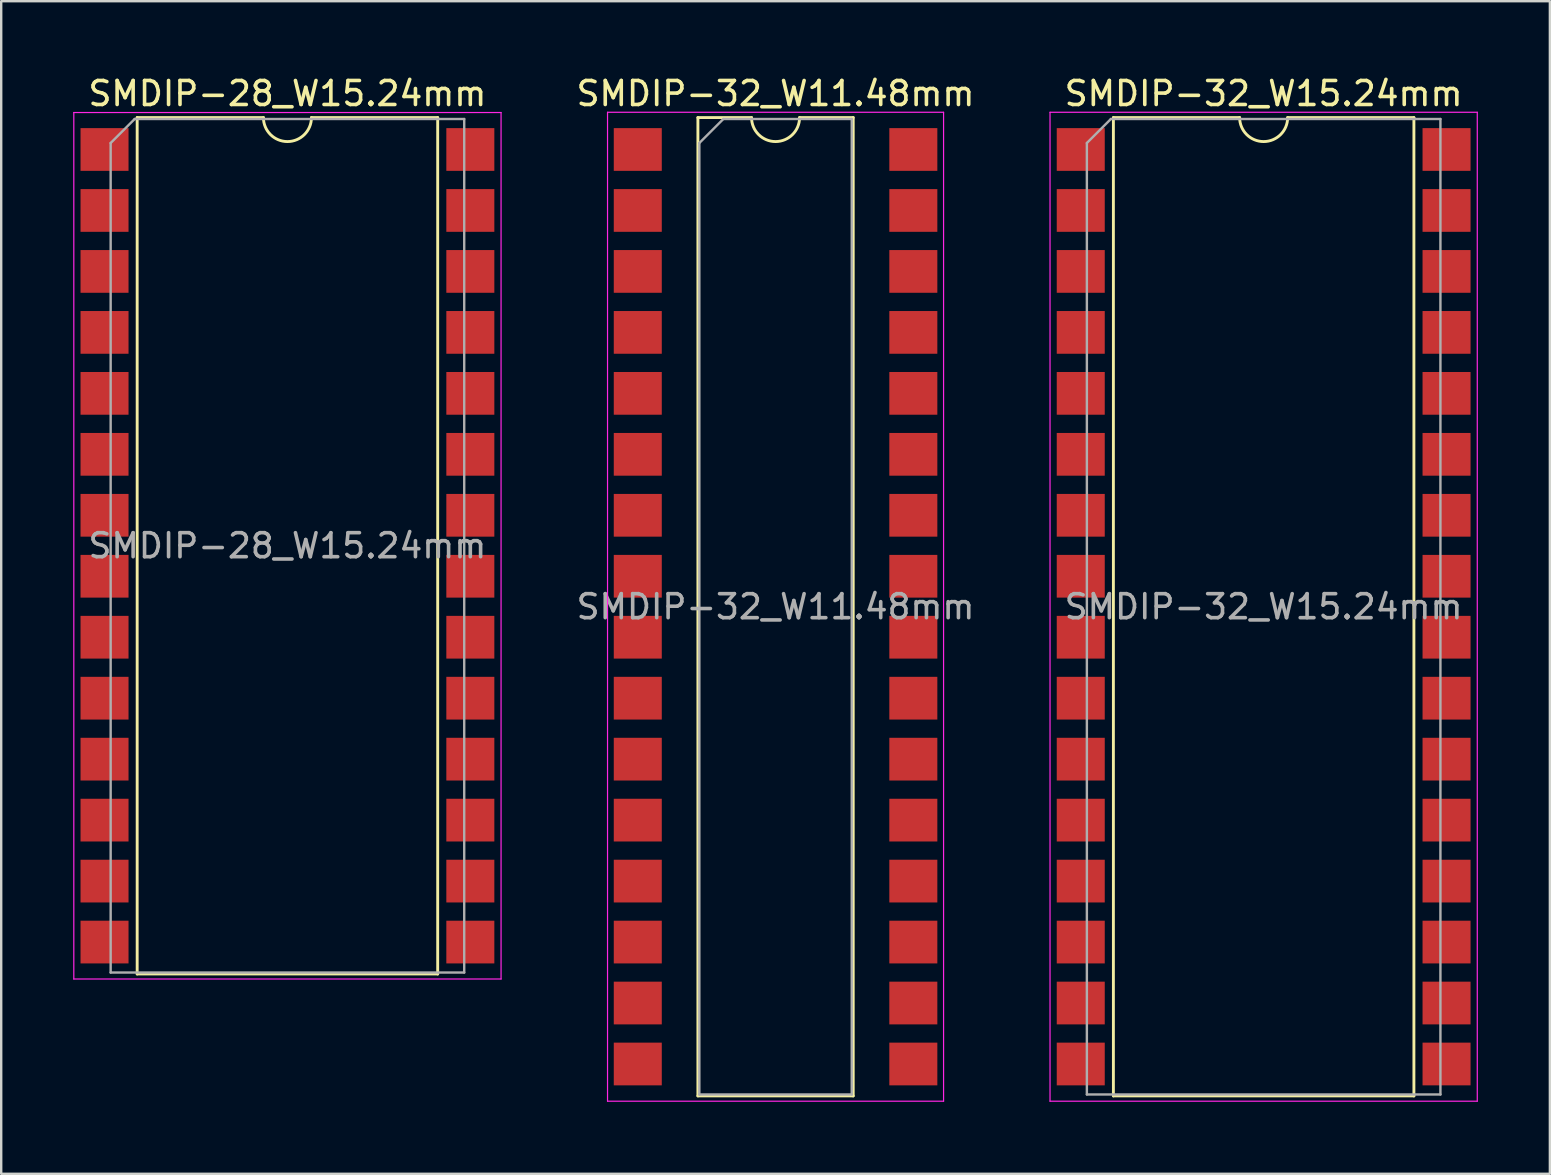
<source format=kicad_pcb>
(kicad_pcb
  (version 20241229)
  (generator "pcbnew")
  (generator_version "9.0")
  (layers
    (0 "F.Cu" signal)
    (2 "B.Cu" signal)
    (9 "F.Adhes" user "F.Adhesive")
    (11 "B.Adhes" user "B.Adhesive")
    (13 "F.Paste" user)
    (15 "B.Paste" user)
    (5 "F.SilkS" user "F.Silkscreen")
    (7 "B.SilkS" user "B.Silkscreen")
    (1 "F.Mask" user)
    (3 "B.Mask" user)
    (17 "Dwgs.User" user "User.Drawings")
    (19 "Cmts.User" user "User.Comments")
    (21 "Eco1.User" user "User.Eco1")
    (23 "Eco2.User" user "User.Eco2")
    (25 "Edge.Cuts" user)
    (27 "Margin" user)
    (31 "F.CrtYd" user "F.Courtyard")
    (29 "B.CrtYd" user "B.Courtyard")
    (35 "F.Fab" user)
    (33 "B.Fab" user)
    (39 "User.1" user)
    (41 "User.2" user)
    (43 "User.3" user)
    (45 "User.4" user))
  (footprint "SMDIP-32_W11.48mm"
    (layer "F.Cu")
    (at 29.261 22.228)
    (property "Reference" "SMDIP-32_W11.48mm" (at 0 -21.38 0) (layer "F.SilkS") (effects (font (size 1 1) (thickness 0.15))))
    (attr smd)
    (fp_line (start -3.235 -20.38) (end -3.235 20.38) (stroke (width 0.12) (type solid)) (layer "F.SilkS"))
    (fp_line (start -3.235 20.38) (end 3.235 20.38) (stroke (width 0.12) (type solid)) (layer "F.SilkS"))
    (fp_line (start -1 -20.38) (end -3.235 -20.38) (stroke (width 0.12) (type solid)) (layer "F.SilkS"))
    (fp_line (start 3.235 -20.38) (end 1 -20.38) (stroke (width 0.12) (type solid)) (layer "F.SilkS"))
    (fp_line (start 3.235 20.38) (end 3.235 -20.38) (stroke (width 0.12) (type solid)) (layer "F.SilkS"))
    (fp_arc (start 1 -20.38) (mid 0 -19.38) (end -1 -20.38) (stroke (width 0.12) (type solid)) (layer "F.SilkS"))
    (fp_line (start -7 -20.6) (end -7 20.6) (stroke (width 0.05) (type solid)) (layer "F.CrtYd"))
    (fp_line (start -7 20.6) (end 7 20.6) (stroke (width 0.05) (type solid)) (layer "F.CrtYd"))
    (fp_line (start 7 -20.6) (end -7 -20.6) (stroke (width 0.05) (type solid)) (layer "F.CrtYd"))
    (fp_line (start 7 20.6) (end 7 -20.6) (stroke (width 0.05) (type solid)) (layer "F.CrtYd"))
    (fp_line (start -3.175 -19.32) (end -2.175 -20.32) (stroke (width 0.1) (type solid)) (layer "F.Fab"))
    (fp_line (start -3.175 20.32) (end -3.175 -19.32) (stroke (width 0.1) (type solid)) (layer "F.Fab"))
    (fp_line (start -2.175 -20.32) (end 3.175 -20.32) (stroke (width 0.1) (type solid)) (layer "F.Fab"))
    (fp_line (start 3.175 -20.32) (end 3.175 20.32) (stroke (width 0.1) (type solid)) (layer "F.Fab"))
    (fp_line (start 3.175 20.32) (end -3.175 20.32) (stroke (width 0.1) (type solid)) (layer "F.Fab"))
    (fp_text user "${REFERENCE}" (at 0 0 0) (layer "F.Fab") (effects (font (size 1 1) (thickness 0.15))))
    (pad "1" smd rect (at -5.74 -19.05) (size 2 1.78) (layers "F.Cu" "F.Mask" "F.Paste"))
    (pad "2" smd rect (at -5.74 -16.51) (size 2 1.78) (layers "F.Cu" "F.Mask" "F.Paste"))
    (pad "3" smd rect (at -5.74 -13.97) (size 2 1.78) (layers "F.Cu" "F.Mask" "F.Paste"))
    (pad "4" smd rect (at -5.74 -11.43) (size 2 1.78) (layers "F.Cu" "F.Mask" "F.Paste"))
    (pad "5" smd rect (at -5.74 -8.89) (size 2 1.78) (layers "F.Cu" "F.Mask" "F.Paste"))
    (pad "6" smd rect (at -5.74 -6.35) (size 2 1.78) (layers "F.Cu" "F.Mask" "F.Paste"))
    (pad "7" smd rect (at -5.74 -3.81) (size 2 1.78) (layers "F.Cu" "F.Mask" "F.Paste"))
    (pad "8" smd rect (at -5.74 -1.27) (size 2 1.78) (layers "F.Cu" "F.Mask" "F.Paste"))
    (pad "9" smd rect (at -5.74 1.27) (size 2 1.78) (layers "F.Cu" "F.Mask" "F.Paste"))
    (pad "10" smd rect (at -5.74 3.81) (size 2 1.78) (layers "F.Cu" "F.Mask" "F.Paste"))
    (pad "11" smd rect (at -5.74 6.35) (size 2 1.78) (layers "F.Cu" "F.Mask" "F.Paste"))
    (pad "12" smd rect (at -5.74 8.89) (size 2 1.78) (layers "F.Cu" "F.Mask" "F.Paste"))
    (pad "13" smd rect (at -5.74 11.43) (size 2 1.78) (layers "F.Cu" "F.Mask" "F.Paste"))
    (pad "14" smd rect (at -5.74 13.97) (size 2 1.78) (layers "F.Cu" "F.Mask" "F.Paste"))
    (pad "15" smd rect (at -5.74 16.51) (size 2 1.78) (layers "F.Cu" "F.Mask" "F.Paste"))
    (pad "16" smd rect (at -5.74 19.05) (size 2 1.78) (layers "F.Cu" "F.Mask" "F.Paste"))
    (pad "17" smd rect (at 5.74 19.05) (size 2 1.78) (layers "F.Cu" "F.Mask" "F.Paste"))
    (pad "18" smd rect (at 5.74 16.51) (size 2 1.78) (layers "F.Cu" "F.Mask" "F.Paste"))
    (pad "19" smd rect (at 5.74 13.97) (size 2 1.78) (layers "F.Cu" "F.Mask" "F.Paste"))
    (pad "20" smd rect (at 5.74 11.43) (size 2 1.78) (layers "F.Cu" "F.Mask" "F.Paste"))
    (pad "21" smd rect (at 5.74 8.89) (size 2 1.78) (layers "F.Cu" "F.Mask" "F.Paste"))
    (pad "22" smd rect (at 5.74 6.35) (size 2 1.78) (layers "F.Cu" "F.Mask" "F.Paste"))
    (pad "23" smd rect (at 5.74 3.81) (size 2 1.78) (layers "F.Cu" "F.Mask" "F.Paste"))
    (pad "24" smd rect (at 5.74 1.27) (size 2 1.78) (layers "F.Cu" "F.Mask" "F.Paste"))
    (pad "25" smd rect (at 5.74 -1.27) (size 2 1.78) (layers "F.Cu" "F.Mask" "F.Paste"))
    (pad "26" smd rect (at 5.74 -3.81) (size 2 1.78) (layers "F.Cu" "F.Mask" "F.Paste"))
    (pad "27" smd rect (at 5.74 -6.35) (size 2 1.78) (layers "F.Cu" "F.Mask" "F.Paste"))
    (pad "28" smd rect (at 5.74 -8.89) (size 2 1.78) (layers "F.Cu" "F.Mask" "F.Paste"))
    (pad "29" smd rect (at 5.74 -11.43) (size 2 1.78) (layers "F.Cu" "F.Mask" "F.Paste"))
    (pad "30" smd rect (at 5.74 -13.97) (size 2 1.78) (layers "F.Cu" "F.Mask" "F.Paste"))
    (pad "31" smd rect (at 5.74 -16.51) (size 2 1.78) (layers "F.Cu" "F.Mask" "F.Paste"))
    (pad "32" smd rect (at 5.74 -19.05) (size 2 1.78) (layers "F.Cu" "F.Mask" "F.Paste")))
  (footprint "SMDIP-32_W15.24mm"
    (layer "F.Cu")
    (at 49.596 22.228)
    (property "Reference" "SMDIP-32_W15.24mm" (at 0 -21.38 0) (layer "F.SilkS") (effects (font (size 1 1) (thickness 0.15))))
    (attr smd)
    (fp_line (start -6.26 -20.38) (end -6.26 20.38) (stroke (width 0.12) (type solid)) (layer "F.SilkS"))
    (fp_line (start -6.26 20.38) (end 6.26 20.38) (stroke (width 0.12) (type solid)) (layer "F.SilkS"))
    (fp_line (start -1 -20.38) (end -6.26 -20.38) (stroke (width 0.12) (type solid)) (layer "F.SilkS"))
    (fp_line (start 6.26 -20.38) (end 1 -20.38) (stroke (width 0.12) (type solid)) (layer "F.SilkS"))
    (fp_line (start 6.26 20.38) (end 6.26 -20.38) (stroke (width 0.12) (type solid)) (layer "F.SilkS"))
    (fp_arc (start 1 -20.38) (mid 0 -19.38) (end -1 -20.38) (stroke (width 0.12) (type solid)) (layer "F.SilkS"))
    (fp_line (start -8.9 -20.6) (end -8.9 20.6) (stroke (width 0.05) (type solid)) (layer "F.CrtYd"))
    (fp_line (start -8.9 20.6) (end 8.9 20.6) (stroke (width 0.05) (type solid)) (layer "F.CrtYd"))
    (fp_line (start 8.9 -20.6) (end -8.9 -20.6) (stroke (width 0.05) (type solid)) (layer "F.CrtYd"))
    (fp_line (start 8.9 20.6) (end 8.9 -20.6) (stroke (width 0.05) (type solid)) (layer "F.CrtYd"))
    (fp_line (start -7.365 -19.32) (end -6.365 -20.32) (stroke (width 0.1) (type solid)) (layer "F.Fab"))
    (fp_line (start -7.365 20.32) (end -7.365 -19.32) (stroke (width 0.1) (type solid)) (layer "F.Fab"))
    (fp_line (start -6.365 -20.32) (end 7.365 -20.32) (stroke (width 0.1) (type solid)) (layer "F.Fab"))
    (fp_line (start 7.365 -20.32) (end 7.365 20.32) (stroke (width 0.1) (type solid)) (layer "F.Fab"))
    (fp_line (start 7.365 20.32) (end -7.365 20.32) (stroke (width 0.1) (type solid)) (layer "F.Fab"))
    (fp_text user "${REFERENCE}" (at 0 0 0) (layer "F.Fab") (effects (font (size 1 1) (thickness 0.15))))
    (pad "1" smd rect (at -7.62 -19.05) (size 2 1.78) (layers "F.Cu" "F.Mask" "F.Paste"))
    (pad "2" smd rect (at -7.62 -16.51) (size 2 1.78) (layers "F.Cu" "F.Mask" "F.Paste"))
    (pad "3" smd rect (at -7.62 -13.97) (size 2 1.78) (layers "F.Cu" "F.Mask" "F.Paste"))
    (pad "4" smd rect (at -7.62 -11.43) (size 2 1.78) (layers "F.Cu" "F.Mask" "F.Paste"))
    (pad "5" smd rect (at -7.62 -8.89) (size 2 1.78) (layers "F.Cu" "F.Mask" "F.Paste"))
    (pad "6" smd rect (at -7.62 -6.35) (size 2 1.78) (layers "F.Cu" "F.Mask" "F.Paste"))
    (pad "7" smd rect (at -7.62 -3.81) (size 2 1.78) (layers "F.Cu" "F.Mask" "F.Paste"))
    (pad "8" smd rect (at -7.62 -1.27) (size 2 1.78) (layers "F.Cu" "F.Mask" "F.Paste"))
    (pad "9" smd rect (at -7.62 1.27) (size 2 1.78) (layers "F.Cu" "F.Mask" "F.Paste"))
    (pad "10" smd rect (at -7.62 3.81) (size 2 1.78) (layers "F.Cu" "F.Mask" "F.Paste"))
    (pad "11" smd rect (at -7.62 6.35) (size 2 1.78) (layers "F.Cu" "F.Mask" "F.Paste"))
    (pad "12" smd rect (at -7.62 8.89) (size 2 1.78) (layers "F.Cu" "F.Mask" "F.Paste"))
    (pad "13" smd rect (at -7.62 11.43) (size 2 1.78) (layers "F.Cu" "F.Mask" "F.Paste"))
    (pad "14" smd rect (at -7.62 13.97) (size 2 1.78) (layers "F.Cu" "F.Mask" "F.Paste"))
    (pad "15" smd rect (at -7.62 16.51) (size 2 1.78) (layers "F.Cu" "F.Mask" "F.Paste"))
    (pad "16" smd rect (at -7.62 19.05) (size 2 1.78) (layers "F.Cu" "F.Mask" "F.Paste"))
    (pad "17" smd rect (at 7.62 19.05) (size 2 1.78) (layers "F.Cu" "F.Mask" "F.Paste"))
    (pad "18" smd rect (at 7.62 16.51) (size 2 1.78) (layers "F.Cu" "F.Mask" "F.Paste"))
    (pad "19" smd rect (at 7.62 13.97) (size 2 1.78) (layers "F.Cu" "F.Mask" "F.Paste"))
    (pad "20" smd rect (at 7.62 11.43) (size 2 1.78) (layers "F.Cu" "F.Mask" "F.Paste"))
    (pad "21" smd rect (at 7.62 8.89) (size 2 1.78) (layers "F.Cu" "F.Mask" "F.Paste"))
    (pad "22" smd rect (at 7.62 6.35) (size 2 1.78) (layers "F.Cu" "F.Mask" "F.Paste"))
    (pad "23" smd rect (at 7.62 3.81) (size 2 1.78) (layers "F.Cu" "F.Mask" "F.Paste"))
    (pad "24" smd rect (at 7.62 1.27) (size 2 1.78) (layers "F.Cu" "F.Mask" "F.Paste"))
    (pad "25" smd rect (at 7.62 -1.27) (size 2 1.78) (layers "F.Cu" "F.Mask" "F.Paste"))
    (pad "26" smd rect (at 7.62 -3.81) (size 2 1.78) (layers "F.Cu" "F.Mask" "F.Paste"))
    (pad "27" smd rect (at 7.62 -6.35) (size 2 1.78) (layers "F.Cu" "F.Mask" "F.Paste"))
    (pad "28" smd rect (at 7.62 -8.89) (size 2 1.78) (layers "F.Cu" "F.Mask" "F.Paste"))
    (pad "29" smd rect (at 7.62 -11.43) (size 2 1.78) (layers "F.Cu" "F.Mask" "F.Paste"))
    (pad "30" smd rect (at 7.62 -13.97) (size 2 1.78) (layers "F.Cu" "F.Mask" "F.Paste"))
    (pad "31" smd rect (at 7.62 -16.51) (size 2 1.78) (layers "F.Cu" "F.Mask" "F.Paste"))
    (pad "32" smd rect (at 7.62 -19.05) (size 2 1.78) (layers "F.Cu" "F.Mask" "F.Paste")))
  (footprint "SMDIP-28_W15.24mm"
    (layer "F.Cu")
    (at 8.925 19.688)
    (property "Reference" "SMDIP-28_W15.24mm" (at 0 -18.84 0) (layer "F.SilkS") (effects (font (size 1 1) (thickness 0.15))))
    (attr smd)
    (fp_line (start -6.26 -17.84) (end -6.26 17.84) (stroke (width 0.12) (type solid)) (layer "F.SilkS"))
    (fp_line (start -6.26 17.84) (end 6.26 17.84) (stroke (width 0.12) (type solid)) (layer "F.SilkS"))
    (fp_line (start -1 -17.84) (end -6.26 -17.84) (stroke (width 0.12) (type solid)) (layer "F.SilkS"))
    (fp_line (start 6.26 -17.84) (end 1 -17.84) (stroke (width 0.12) (type solid)) (layer "F.SilkS"))
    (fp_line (start 6.26 17.84) (end 6.26 -17.84) (stroke (width 0.12) (type solid)) (layer "F.SilkS"))
    (fp_arc (start 1 -17.84) (mid 0 -16.84) (end -1 -17.84) (stroke (width 0.12) (type solid)) (layer "F.SilkS"))
    (fp_line (start -8.9 -18.05) (end -8.9 18.05) (stroke (width 0.05) (type solid)) (layer "F.CrtYd"))
    (fp_line (start -8.9 18.05) (end 8.9 18.05) (stroke (width 0.05) (type solid)) (layer "F.CrtYd"))
    (fp_line (start 8.9 -18.05) (end -8.9 -18.05) (stroke (width 0.05) (type solid)) (layer "F.CrtYd"))
    (fp_line (start 8.9 18.05) (end 8.9 -18.05) (stroke (width 0.05) (type solid)) (layer "F.CrtYd"))
    (fp_line (start -7.365 -16.78) (end -6.365 -17.78) (stroke (width 0.1) (type solid)) (layer "F.Fab"))
    (fp_line (start -7.365 17.78) (end -7.365 -16.78) (stroke (width 0.1) (type solid)) (layer "F.Fab"))
    (fp_line (start -6.365 -17.78) (end 7.365 -17.78) (stroke (width 0.1) (type solid)) (layer "F.Fab"))
    (fp_line (start 7.365 -17.78) (end 7.365 17.78) (stroke (width 0.1) (type solid)) (layer "F.Fab"))
    (fp_line (start 7.365 17.78) (end -7.365 17.78) (stroke (width 0.1) (type solid)) (layer "F.Fab"))
    (fp_text user "${REFERENCE}" (at 0 0 0) (layer "F.Fab") (effects (font (size 1 1) (thickness 0.15))))
    (pad "1" smd rect (at -7.62 -16.51) (size 2 1.78) (layers "F.Cu" "F.Mask" "F.Paste"))
    (pad "2" smd rect (at -7.62 -13.97) (size 2 1.78) (layers "F.Cu" "F.Mask" "F.Paste"))
    (pad "3" smd rect (at -7.62 -11.43) (size 2 1.78) (layers "F.Cu" "F.Mask" "F.Paste"))
    (pad "4" smd rect (at -7.62 -8.89) (size 2 1.78) (layers "F.Cu" "F.Mask" "F.Paste"))
    (pad "5" smd rect (at -7.62 -6.35) (size 2 1.78) (layers "F.Cu" "F.Mask" "F.Paste"))
    (pad "6" smd rect (at -7.62 -3.81) (size 2 1.78) (layers "F.Cu" "F.Mask" "F.Paste"))
    (pad "7" smd rect (at -7.62 -1.27) (size 2 1.78) (layers "F.Cu" "F.Mask" "F.Paste"))
    (pad "8" smd rect (at -7.62 1.27) (size 2 1.78) (layers "F.Cu" "F.Mask" "F.Paste"))
    (pad "9" smd rect (at -7.62 3.81) (size 2 1.78) (layers "F.Cu" "F.Mask" "F.Paste"))
    (pad "10" smd rect (at -7.62 6.35) (size 2 1.78) (layers "F.Cu" "F.Mask" "F.Paste"))
    (pad "11" smd rect (at -7.62 8.89) (size 2 1.78) (layers "F.Cu" "F.Mask" "F.Paste"))
    (pad "12" smd rect (at -7.62 11.43) (size 2 1.78) (layers "F.Cu" "F.Mask" "F.Paste"))
    (pad "13" smd rect (at -7.62 13.97) (size 2 1.78) (layers "F.Cu" "F.Mask" "F.Paste"))
    (pad "14" smd rect (at -7.62 16.51) (size 2 1.78) (layers "F.Cu" "F.Mask" "F.Paste"))
    (pad "15" smd rect (at 7.62 16.51) (size 2 1.78) (layers "F.Cu" "F.Mask" "F.Paste"))
    (pad "16" smd rect (at 7.62 13.97) (size 2 1.78) (layers "F.Cu" "F.Mask" "F.Paste"))
    (pad "17" smd rect (at 7.62 11.43) (size 2 1.78) (layers "F.Cu" "F.Mask" "F.Paste"))
    (pad "18" smd rect (at 7.62 8.89) (size 2 1.78) (layers "F.Cu" "F.Mask" "F.Paste"))
    (pad "19" smd rect (at 7.62 6.35) (size 2 1.78) (layers "F.Cu" "F.Mask" "F.Paste"))
    (pad "20" smd rect (at 7.62 3.81) (size 2 1.78) (layers "F.Cu" "F.Mask" "F.Paste"))
    (pad "21" smd rect (at 7.62 1.27) (size 2 1.78) (layers "F.Cu" "F.Mask" "F.Paste"))
    (pad "22" smd rect (at 7.62 -1.27) (size 2 1.78) (layers "F.Cu" "F.Mask" "F.Paste"))
    (pad "23" smd rect (at 7.62 -3.81) (size 2 1.78) (layers "F.Cu" "F.Mask" "F.Paste"))
    (pad "24" smd rect (at 7.62 -6.35) (size 2 1.78) (layers "F.Cu" "F.Mask" "F.Paste"))
    (pad "25" smd rect (at 7.62 -8.89) (size 2 1.78) (layers "F.Cu" "F.Mask" "F.Paste"))
    (pad "26" smd rect (at 7.62 -11.43) (size 2 1.78) (layers "F.Cu" "F.Mask" "F.Paste"))
    (pad "27" smd rect (at 7.62 -13.97) (size 2 1.78) (layers "F.Cu" "F.Mask" "F.Paste"))
    (pad "28" smd rect (at 7.62 -16.51) (size 2 1.78) (layers "F.Cu" "F.Mask" "F.Paste")))
  (gr_rect
    (start -3 -3)
    (end 61.521 45.853)
    (stroke (width 0.1) (type default))
    (fill no)
    (layer "Edge.Cuts")))
</source>
